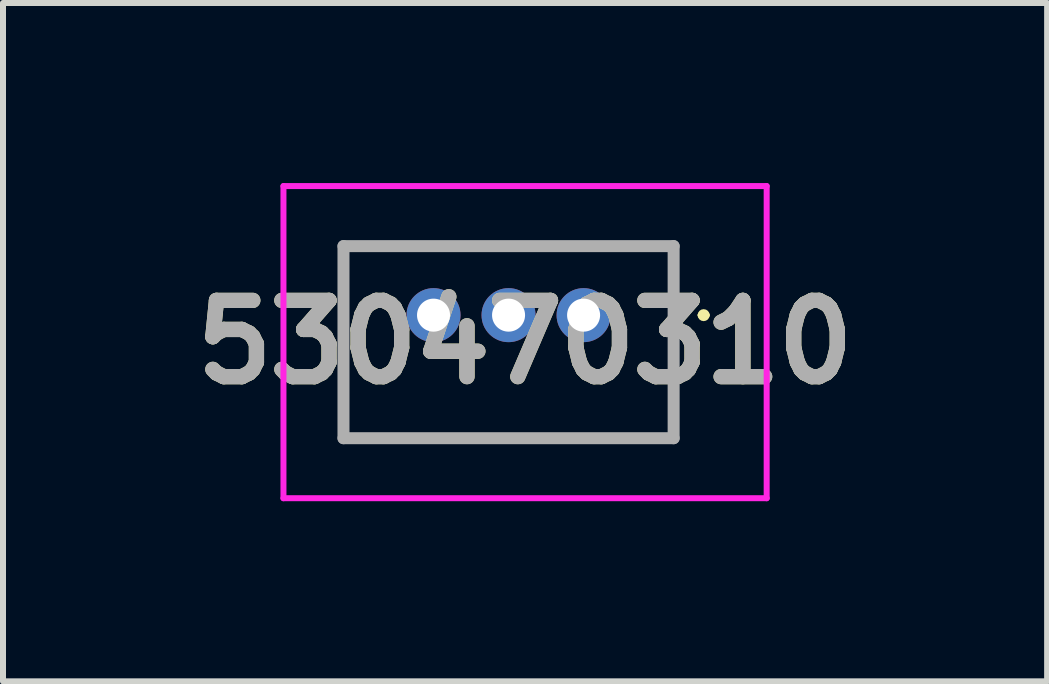
<source format=kicad_pcb>
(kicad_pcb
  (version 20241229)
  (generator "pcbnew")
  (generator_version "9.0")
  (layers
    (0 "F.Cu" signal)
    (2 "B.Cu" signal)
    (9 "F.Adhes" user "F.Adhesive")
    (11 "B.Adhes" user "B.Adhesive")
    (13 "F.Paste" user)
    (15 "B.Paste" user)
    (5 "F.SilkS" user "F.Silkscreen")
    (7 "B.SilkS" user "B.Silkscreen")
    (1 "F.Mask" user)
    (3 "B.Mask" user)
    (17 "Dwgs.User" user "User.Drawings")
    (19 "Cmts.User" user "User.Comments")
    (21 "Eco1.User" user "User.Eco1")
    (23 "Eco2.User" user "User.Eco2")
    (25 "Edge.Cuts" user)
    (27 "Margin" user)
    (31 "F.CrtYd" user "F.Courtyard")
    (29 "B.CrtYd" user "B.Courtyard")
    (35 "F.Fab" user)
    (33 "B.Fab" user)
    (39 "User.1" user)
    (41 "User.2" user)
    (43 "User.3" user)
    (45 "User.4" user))
  (footprint "530470310"
    (layer "F.Cu")
    (at 6.672 2.2)
    (property "Reference" "530470310" (at -0.975 0.45 0) (layer "F.SilkS") (effects (font (size 1.27 1.27) (thickness 0.254))))
    (attr through_hole)
    (fp_line (start -4 -1.15) (end 1.5 -1.15) (stroke (width 0.1) (type solid)) (layer "F.SilkS"))
    (fp_line (start -4 2.05) (end -4 -1.15) (stroke (width 0.1) (type solid)) (layer "F.SilkS"))
    (fp_line (start 1.5 -1.15) (end 1.5 2.05) (stroke (width 0.1) (type solid)) (layer "F.SilkS"))
    (fp_line (start 1.5 2.05) (end -4 2.05) (stroke (width 0.1) (type solid)) (layer "F.SilkS"))
    (fp_line (start 1.95 0) (end 1.95 0) (stroke (width 0.1) (type solid)) (layer "F.SilkS"))
    (fp_line (start 2.05 0) (end 2.05 0) (stroke (width 0.1) (type solid)) (layer "F.SilkS"))
    (fp_arc (start 1.95 0) (mid 2 -0.05) (end 2.05 0) (stroke (width 0.1) (type solid)) (layer "F.SilkS"))
    (fp_arc (start 2.05 0) (mid 2 0.05) (end 1.95 0) (stroke (width 0.1) (type solid)) (layer "F.SilkS"))
    (fp_line (start -5 -2.15) (end 3.05 -2.15) (stroke (width 0.1) (type solid)) (layer "F.CrtYd"))
    (fp_line (start -5 3.05) (end -5 -2.15) (stroke (width 0.1) (type solid)) (layer "F.CrtYd"))
    (fp_line (start 3.05 -2.15) (end 3.05 3.05) (stroke (width 0.1) (type solid)) (layer "F.CrtYd"))
    (fp_line (start 3.05 3.05) (end -5 3.05) (stroke (width 0.1) (type solid)) (layer "F.CrtYd"))
    (fp_line (start -4 -1.15) (end 1.5 -1.15) (stroke (width 0.2) (type solid)) (layer "F.Fab"))
    (fp_line (start -4 2.05) (end -4 -1.15) (stroke (width 0.2) (type solid)) (layer "F.Fab"))
    (fp_line (start 1.5 -1.15) (end 1.5 2.05) (stroke (width 0.2) (type solid)) (layer "F.Fab"))
    (fp_line (start 1.5 2.05) (end -4 2.05) (stroke (width 0.2) (type solid)) (layer "F.Fab"))
    (fp_text user "${REFERENCE}" (at -0.975 0.45 0) (layer "F.Fab") (effects (font (size 1.27 1.27) (thickness 0.254))))
    (pad "1" thru_hole circle (at 0 0) (size 0.9 0.9) (drill 0.55) (layers "*.Cu" "*.Mask"))
    (pad "2" thru_hole circle (at -1.25 0) (size 0.9 0.9) (drill 0.55) (layers "*.Cu" "*.Mask"))
    (pad "3" thru_hole circle (at -2.5 0) (size 0.9 0.9) (drill 0.55) (layers "*.Cu" "*.Mask")))
  (gr_rect
    (start -3 -3)
    (end 14.394 8.3)
    (stroke (width 0.1) (type default))
    (fill no)
    (layer "Edge.Cuts")))
</source>
